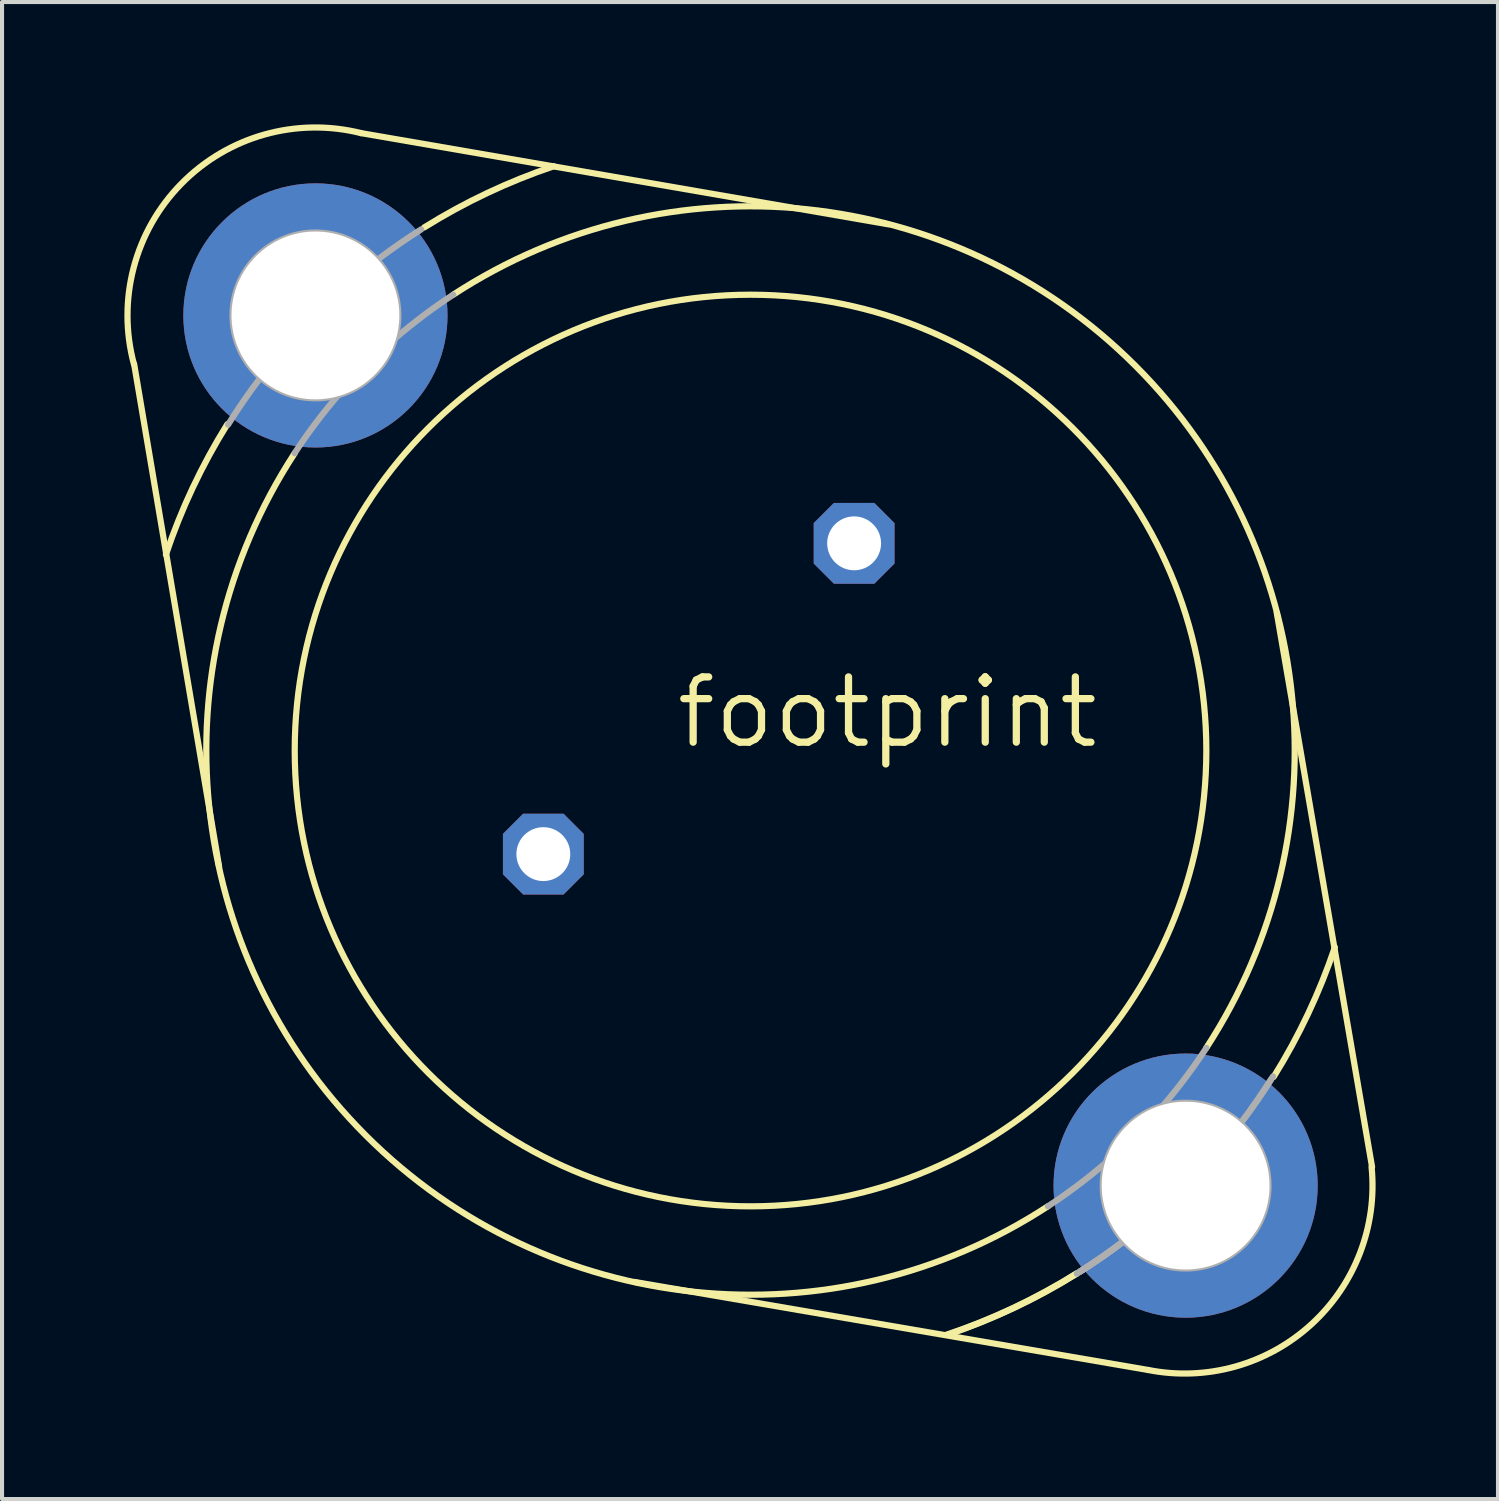
<source format=kicad_pcb>
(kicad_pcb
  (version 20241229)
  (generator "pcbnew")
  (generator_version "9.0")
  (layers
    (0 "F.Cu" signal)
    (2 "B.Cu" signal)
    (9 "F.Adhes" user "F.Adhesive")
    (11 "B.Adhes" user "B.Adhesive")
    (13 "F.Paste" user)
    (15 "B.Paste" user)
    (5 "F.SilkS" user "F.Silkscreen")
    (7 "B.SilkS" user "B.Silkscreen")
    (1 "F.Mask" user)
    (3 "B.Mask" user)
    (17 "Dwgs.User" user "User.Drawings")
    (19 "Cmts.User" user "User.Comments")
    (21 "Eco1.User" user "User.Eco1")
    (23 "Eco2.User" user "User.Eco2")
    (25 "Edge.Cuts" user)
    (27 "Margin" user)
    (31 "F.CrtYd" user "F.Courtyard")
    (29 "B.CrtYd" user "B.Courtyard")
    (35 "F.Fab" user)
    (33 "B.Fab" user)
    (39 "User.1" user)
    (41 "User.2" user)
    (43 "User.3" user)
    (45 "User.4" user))
  (footprint "footprint"
    (layer "F.Cu")
    (at 15.352 15.352)
    (property "Reference" "footprint" (at -1.905 0 0) (layer "F.SilkS") (effects (font (size 1.6 1.6) (thickness 0.178)) (justify left bottom)))
    (fp_line (start -15.113 -9.474) (end -13.03 2.845) (stroke (width 0.152) (type solid)) (layer "F.SilkS"))
    (fp_line (start -9.55 -15.138) (end 3.378 -12.903) (stroke (width 0.152) (type solid)) (layer "F.SilkS"))
    (fp_line (start 9.754 15.189) (end -2.845 13.03) (stroke (width 0.152) (type solid)) (layer "F.SilkS"))
    (fp_line (start 15.24 10.211) (end 12.903 -3.378) (stroke (width 0.152) (type solid)) (layer "F.SilkS"))
    (fp_arc (start -15.1183 -9.4728) (mid -13.95456 -13.89787) (end -9.5504 -15.1384) (stroke (width 0.1524) (type solid)) (layer "F.SilkS"))
    (fp_arc (start -14.3344 -4.8035) (mid -13.67448 -6.446461) (end -12.827 -8.001) (stroke (width 0.1524) (type solid)) (layer "F.SilkS"))
    (fp_arc (start -8.0004 -12.826) (mid -6.456882 -13.668268) (end -4.826 -14.3256) (stroke (width 0.1524) (type solid)) (layer "F.SilkS"))
    (fp_arc (start -7.2898 -11.176) (mid 9.435151 -9.435151) (end 11.176 7.2898) (stroke (width 0.1524) (type solid)) (layer "F.SilkS"))
    (fp_arc (start 7.2898 11.176) (mid -9.435151 9.435151) (end -11.176 -7.2898) (stroke (width 0.1524) (type solid)) (layer "F.SilkS"))
    (fp_arc (start 7.9961 12.8192) (mid 6.442531 13.66612) (end 4.8006 14.3256) (stroke (width 0.1524) (type solid)) (layer "F.SilkS"))
    (fp_arc (start 8.0004 12.826) (mid 6.456882 13.668268) (end 4.826 14.3256) (stroke (width 0.1524) (type solid)) (layer "F.SilkS"))
    (fp_arc (start 14.3267 4.8264) (mid 13.669323 6.457385) (end 12.827 8.001) (stroke (width 0.1524) (type solid)) (layer "F.SilkS"))
    (fp_arc (start 15.227799 10.211999) (mid 13.74239 14.077278) (end 9.7536 15.1892) (stroke (width 0.1524) (type solid)) (layer "F.SilkS"))
    (fp_circle (center 0 0) (end 11.176 0) (stroke (width 0.152) (type solid)) (fill no) (layer "F.SilkS"))
    (fp_arc (start -12.8103 -7.9906) (mid -12.42564 -8.576542) (end -12.0142 -9.144) (stroke (width 0.1524) (type solid)) (layer "F.Fab"))
    (fp_arc (start -11.1777 -7.2909) (mid -10.667148 -8.019366) (end -10.1092 -8.7122) (stroke (width 0.1524) (type solid)) (layer "F.Fab"))
    (fp_arc (start -9.1544 -12.0279) (mid -8.623921 -12.41374) (end -8.0772 -12.7762) (stroke (width 0.1524) (type solid)) (layer "F.Fab"))
    (fp_arc (start -8.7109 -10.1077) (mid -8.018163 -10.665545) (end -7.2898 -11.176) (stroke (width 0.1524) (type solid)) (layer "F.Fab"))
    (fp_arc (start 8.7109 10.1077) (mid 8.018163 10.665545) (end 7.2898 11.176) (stroke (width 0.1524) (type solid)) (layer "F.Fab"))
    (fp_arc (start 9.1544 12.0279) (mid 8.623921 12.41374) (end 8.0772 12.7762) (stroke (width 0.1524) (type solid)) (layer "F.Fab"))
    (fp_arc (start 9.1544 12.0279) (mid 8.623921 12.41374) (end 8.0772 12.7762) (stroke (width 0.1524) (type solid)) (layer "F.Fab"))
    (fp_arc (start 9.1544 12.0279) (mid 8.623921 12.41374) (end 8.0772 12.7762) (stroke (width 0.1524) (type solid)) (layer "F.Fab"))
    (fp_arc (start 9.1559 12.0298) (mid 8.587705 12.441808) (end 8.001 12.827) (stroke (width 0.1524) (type solid)) (layer "F.Fab"))
    (fp_arc (start 11.1777 7.2909) (mid 10.667148 8.019366) (end 10.1092 8.7122) (stroke (width 0.1524) (type solid)) (layer "F.Fab"))
    (fp_arc (start 12.7617 8.068) (mid 12.399627 8.614112) (end 12.0142 9.144) (stroke (width 0.1524) (type solid)) (layer "F.Fab"))
    (fp_arc (start 12.8103 7.9906) (mid 12.42564 8.576542) (end 12.0142 9.144) (stroke (width 0.1524) (type solid)) (layer "F.Fab"))
    (fp_circle (center -10.668 -10.668) (end -8.636 -10.668) (stroke (width 0.152) (type solid)) (fill no) (layer "F.Fab"))
    (fp_circle (center 10.668 10.668) (end 12.7 10.668) (stroke (width 0.152) (type solid)) (fill no) (layer "F.Fab"))
    (pad "A1" thru_hole roundrect (at 2.54 -5.08) (size 1.981 1.981) (drill 1.321) (layers "*.Cu" "*.Mask") (roundrect_rratio 0.25) (chamfer_ratio 0.25) (chamfer top_left top_right bottom_left bottom_right))
    (pad "A2" thru_hole roundrect (at -5.08 2.54) (size 1.981 1.981) (drill 1.321) (layers "*.Cu" "*.Mask") (roundrect_rratio 0.25) (chamfer_ratio 0.25) (chamfer top_left top_right bottom_left bottom_right))
    (pad "C" thru_hole circle (at 10.668 10.668) (size 6.477 6.477) (drill 4.115) (layers "*.Cu" "*.Mask"))
    (pad "C@1" thru_hole circle (at -10.668 -10.668) (size 6.477 6.477) (drill 4.115) (layers "*.Cu" "*.Mask")))
  (gr_rect
    (start -3 -3)
    (end 33.679 33.704)
    (stroke (width 0.1) (type default))
    (fill no)
    (layer "Edge.Cuts")))
</source>
